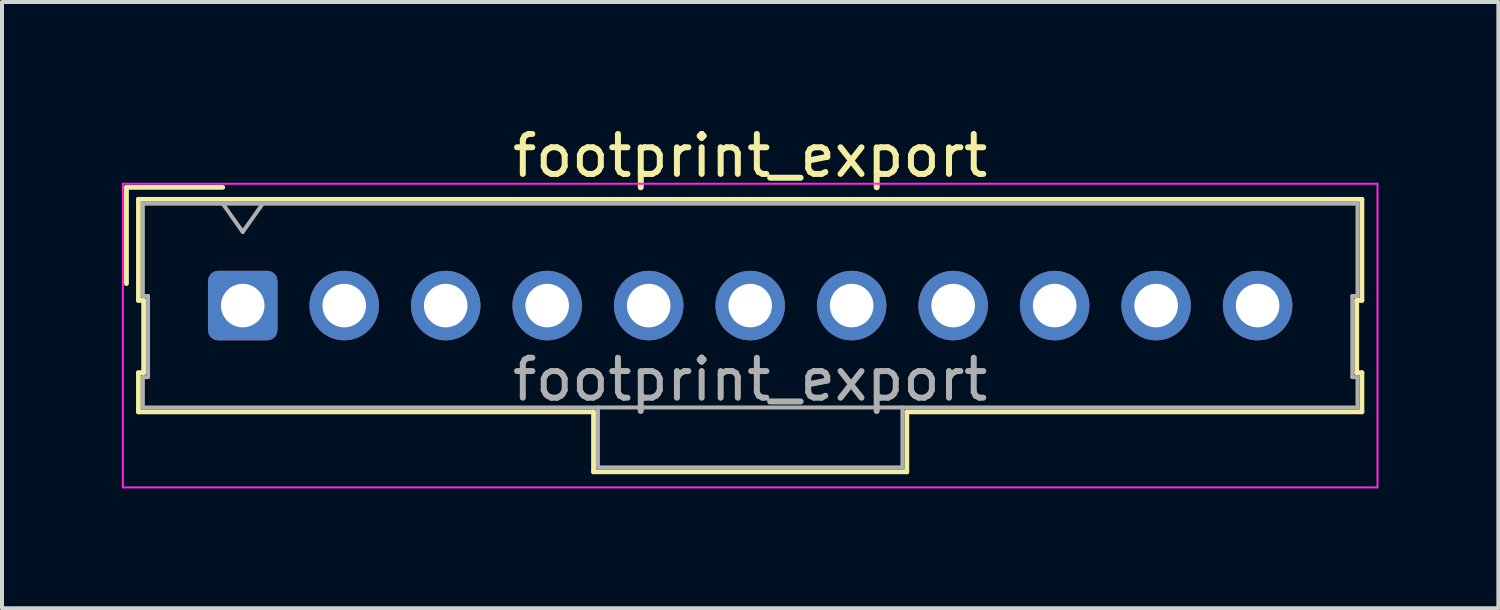
<source format=kicad_pcb>
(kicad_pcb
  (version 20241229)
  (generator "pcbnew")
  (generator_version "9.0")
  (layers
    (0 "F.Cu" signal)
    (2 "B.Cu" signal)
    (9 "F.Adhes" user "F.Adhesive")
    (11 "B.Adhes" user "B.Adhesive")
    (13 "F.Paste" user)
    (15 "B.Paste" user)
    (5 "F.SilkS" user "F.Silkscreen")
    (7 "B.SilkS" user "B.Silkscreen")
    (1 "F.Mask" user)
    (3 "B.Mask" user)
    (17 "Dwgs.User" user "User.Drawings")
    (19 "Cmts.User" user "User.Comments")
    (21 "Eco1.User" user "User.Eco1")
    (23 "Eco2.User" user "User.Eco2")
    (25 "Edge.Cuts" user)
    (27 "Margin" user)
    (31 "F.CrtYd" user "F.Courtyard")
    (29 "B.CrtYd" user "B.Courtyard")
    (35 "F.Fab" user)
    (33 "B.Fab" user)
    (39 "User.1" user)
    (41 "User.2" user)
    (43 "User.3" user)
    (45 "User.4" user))
  (footprint "footprint_export"
    (layer "F.Cu")
    (at 3.025 4.598)
    (property "Reference" "footprint_export" (at 12.7 -3.75 0) (layer "F.SilkS") (effects (font (size 1 1) (thickness 0.15))))
    (attr through_hole)
    (fp_line (start -2.91 -2.96) (end -0.5 -2.96) (stroke (width 0.12) (type solid)) (layer "F.SilkS"))
    (fp_line (start -2.91 -0.55) (end -2.91 -2.96) (stroke (width 0.12) (type solid)) (layer "F.SilkS"))
    (fp_line (start -2.61 -2.66) (end -2.61 -0.13) (stroke (width 0.12) (type solid)) (layer "F.SilkS"))
    (fp_line (start -2.61 -0.13) (end -2.48 -0.13) (stroke (width 0.12) (type solid)) (layer "F.SilkS"))
    (fp_line (start -2.61 1.68) (end -2.61 2.66) (stroke (width 0.12) (type solid)) (layer "F.SilkS"))
    (fp_line (start -2.61 2.66) (end 8.78 2.66) (stroke (width 0.12) (type solid)) (layer "F.SilkS"))
    (fp_line (start -2.48 -0.13) (end -2.48 1.68) (stroke (width 0.12) (type solid)) (layer "F.SilkS"))
    (fp_line (start -2.48 1.68) (end -2.61 1.68) (stroke (width 0.12) (type solid)) (layer "F.SilkS"))
    (fp_line (start 8.78 2.66) (end 8.78 4.16) (stroke (width 0.12) (type solid)) (layer "F.SilkS"))
    (fp_line (start 8.78 4.16) (end 16.62 4.16) (stroke (width 0.12) (type solid)) (layer "F.SilkS"))
    (fp_line (start 16.62 2.66) (end 28.01 2.66) (stroke (width 0.12) (type solid)) (layer "F.SilkS"))
    (fp_line (start 16.62 4.16) (end 16.62 2.66) (stroke (width 0.12) (type solid)) (layer "F.SilkS"))
    (fp_line (start 27.88 -0.13) (end 28.01 -0.13) (stroke (width 0.12) (type solid)) (layer "F.SilkS"))
    (fp_line (start 27.88 1.68) (end 27.88 -0.13) (stroke (width 0.12) (type solid)) (layer "F.SilkS"))
    (fp_line (start 28.01 -2.66) (end -2.61 -2.66) (stroke (width 0.12) (type solid)) (layer "F.SilkS"))
    (fp_line (start 28.01 -0.13) (end 28.01 -2.66) (stroke (width 0.12) (type solid)) (layer "F.SilkS"))
    (fp_line (start 28.01 1.68) (end 27.88 1.68) (stroke (width 0.12) (type solid)) (layer "F.SilkS"))
    (fp_line (start 28.01 2.66) (end 28.01 1.68) (stroke (width 0.12) (type solid)) (layer "F.SilkS"))
    (fp_line (start -3 -3.05) (end -3 4.55) (stroke (width 0.05) (type solid)) (layer "F.CrtYd"))
    (fp_line (start -3 4.55) (end 28.4 4.55) (stroke (width 0.05) (type solid)) (layer "F.CrtYd"))
    (fp_line (start 28.4 -3.05) (end -3 -3.05) (stroke (width 0.05) (type solid)) (layer "F.CrtYd"))
    (fp_line (start 28.4 4.55) (end 28.4 -3.05) (stroke (width 0.05) (type solid)) (layer "F.CrtYd"))
    (fp_line (start -2.5 -2.55) (end -2.5 -0.24) (stroke (width 0.1) (type solid)) (layer "F.Fab"))
    (fp_line (start -2.5 -0.24) (end -2.37 -0.24) (stroke (width 0.1) (type solid)) (layer "F.Fab"))
    (fp_line (start -2.5 1.79) (end -2.5 2.55) (stroke (width 0.1) (type solid)) (layer "F.Fab"))
    (fp_line (start -2.5 2.55) (end 27.9 2.55) (stroke (width 0.1) (type solid)) (layer "F.Fab"))
    (fp_line (start -2.37 -0.24) (end -2.37 1.79) (stroke (width 0.1) (type solid)) (layer "F.Fab"))
    (fp_line (start -2.37 1.79) (end -2.5 1.79) (stroke (width 0.1) (type solid)) (layer "F.Fab"))
    (fp_line (start 0 -1.843) (end -0.5 -2.55) (stroke (width 0.1) (type solid)) (layer "F.Fab"))
    (fp_line (start 0.5 -2.55) (end 0 -1.843) (stroke (width 0.1) (type solid)) (layer "F.Fab"))
    (fp_line (start 8.89 2.55) (end 8.89 4.05) (stroke (width 0.1) (type solid)) (layer "F.Fab"))
    (fp_line (start 8.89 4.05) (end 16.51 4.05) (stroke (width 0.1) (type solid)) (layer "F.Fab"))
    (fp_line (start 16.51 4.05) (end 16.51 2.55) (stroke (width 0.1) (type solid)) (layer "F.Fab"))
    (fp_line (start 27.77 -0.24) (end 27.9 -0.24) (stroke (width 0.1) (type solid)) (layer "F.Fab"))
    (fp_line (start 27.77 1.79) (end 27.77 -0.24) (stroke (width 0.1) (type solid)) (layer "F.Fab"))
    (fp_line (start 27.9 -2.55) (end -2.5 -2.55) (stroke (width 0.1) (type solid)) (layer "F.Fab"))
    (fp_line (start 27.9 -0.24) (end 27.9 -2.55) (stroke (width 0.1) (type solid)) (layer "F.Fab"))
    (fp_line (start 27.9 1.79) (end 27.77 1.79) (stroke (width 0.1) (type solid)) (layer "F.Fab"))
    (fp_line (start 27.9 2.55) (end 27.9 1.79) (stroke (width 0.1) (type solid)) (layer "F.Fab"))
    (fp_text user "${REFERENCE}" (at 12.7 1.85 0) (layer "F.Fab") (effects (font (size 1 1) (thickness 0.15))))
    (pad "1" thru_hole roundrect (at 0 0) (size 1.74 1.74) (drill 1.09) (layers "*.Cu" "*.Mask") (roundrect_rratio 0.144))
    (pad "2" thru_hole circle (at 2.54 0) (size 1.74 1.74) (drill 1.09) (layers "*.Cu" "*.Mask"))
    (pad "3" thru_hole circle (at 5.08 0) (size 1.74 1.74) (drill 1.09) (layers "*.Cu" "*.Mask"))
    (pad "4" thru_hole circle (at 7.62 0) (size 1.74 1.74) (drill 1.09) (layers "*.Cu" "*.Mask"))
    (pad "5" thru_hole circle (at 10.16 0) (size 1.74 1.74) (drill 1.09) (layers "*.Cu" "*.Mask"))
    (pad "6" thru_hole circle (at 12.7 0) (size 1.74 1.74) (drill 1.09) (layers "*.Cu" "*.Mask"))
    (pad "7" thru_hole circle (at 15.24 0) (size 1.74 1.74) (drill 1.09) (layers "*.Cu" "*.Mask"))
    (pad "8" thru_hole circle (at 17.78 0) (size 1.74 1.74) (drill 1.09) (layers "*.Cu" "*.Mask"))
    (pad "9" thru_hole circle (at 20.32 0) (size 1.74 1.74) (drill 1.09) (layers "*.Cu" "*.Mask"))
    (pad "10" thru_hole circle (at 22.86 0) (size 1.74 1.74) (drill 1.09) (layers "*.Cu" "*.Mask"))
    (pad "11" thru_hole circle (at 25.4 0) (size 1.74 1.74) (drill 1.09) (layers "*.Cu" "*.Mask")))
  (gr_rect
    (start -3 -3)
    (end 34.45 12.173)
    (stroke (width 0.1) (type default))
    (fill no)
    (layer "Edge.Cuts")))
</source>
